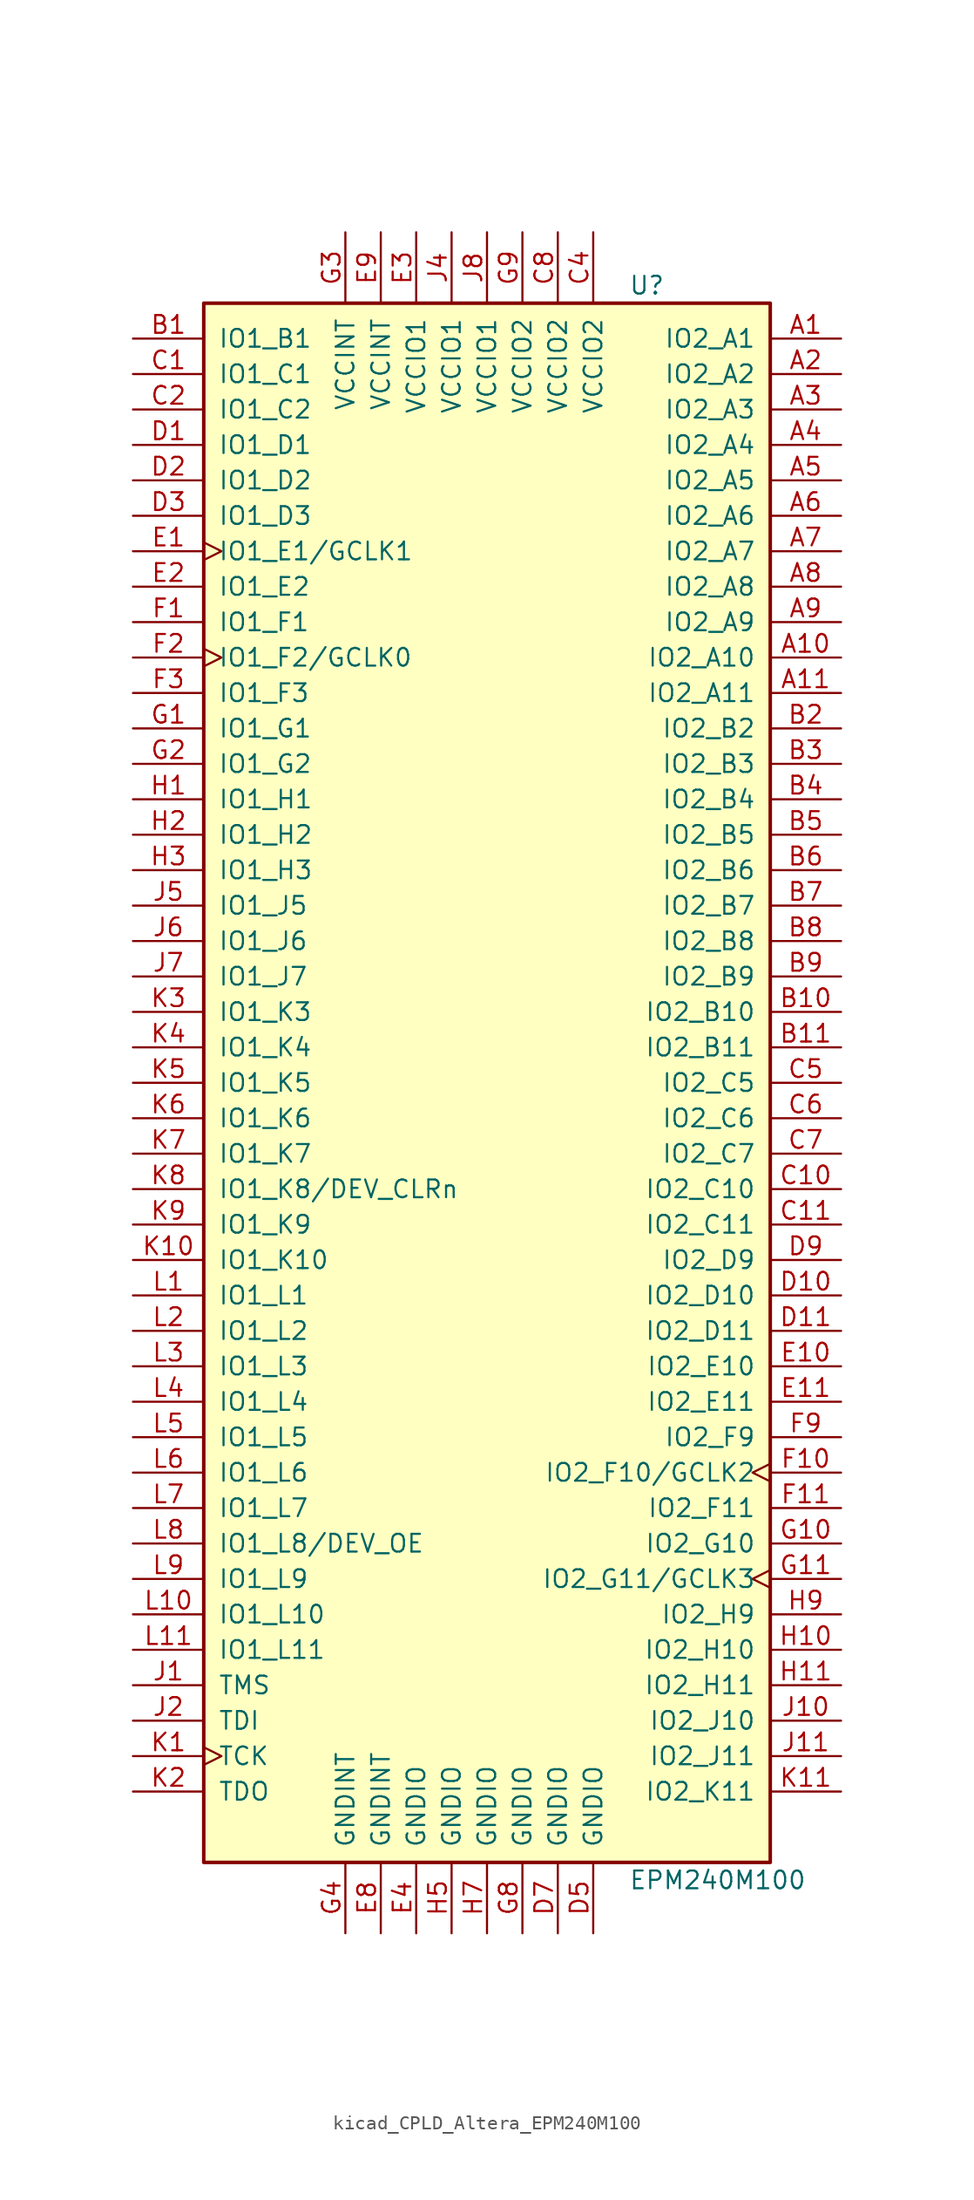
<source format=kicad_sym>
(kicad_symbol_lib
  (version 20220914)
  (generator kicad_symbol_editor)
  (symbol "kicad_CPLD_Altera_EPM240M100"
    (pin_names
      (offset 1.016))
    (property "Reference" "U"
      (at 10.16 57.15 0)
      (effects (font (size 1.27 1.27)) (justify left)))
    (property "Value" "EPM240M100"
      (at 10.16 -57.15 0)
      (effects (font (size 1.27 1.27)) (justify left)))
    (property "ki_locked" ""
      (at 0 0 0)
      (effects (font (size 1.27 1.27))))
    (symbol "kicad_CPLD_Altera_EPM240M100_1_1"
      (rectangle (start -20.32 55.88) (end 20.32 -55.88) (stroke (width 0.254) (type default)) (fill (type background)))
      (pin bidirectional line (at 25.4 53.34 180) (length 5.08) (name "IO2_A1" (effects (font (size 1.27 1.27)))) (number "A1" (effects (font (size 1.27 1.27)))))
      (pin bidirectional line (at 25.4 30.48 180) (length 5.08) (name "IO2_A10" (effects (font (size 1.27 1.27)))) (number "A10" (effects (font (size 1.27 1.27)))))
      (pin bidirectional line (at 25.4 27.94 180) (length 5.08) (name "IO2_A11" (effects (font (size 1.27 1.27)))) (number "A11" (effects (font (size 1.27 1.27)))))
      (pin bidirectional line (at 25.4 50.8 180) (length 5.08) (name "IO2_A2" (effects (font (size 1.27 1.27)))) (number "A2" (effects (font (size 1.27 1.27)))))
      (pin bidirectional line (at 25.4 48.26 180) (length 5.08) (name "IO2_A3" (effects (font (size 1.27 1.27)))) (number "A3" (effects (font (size 1.27 1.27)))))
      (pin bidirectional line (at 25.4 45.72 180) (length 5.08) (name "IO2_A4" (effects (font (size 1.27 1.27)))) (number "A4" (effects (font (size 1.27 1.27)))))
      (pin bidirectional line (at 25.4 43.18 180) (length 5.08) (name "IO2_A5" (effects (font (size 1.27 1.27)))) (number "A5" (effects (font (size 1.27 1.27)))))
      (pin bidirectional line (at 25.4 40.64 180) (length 5.08) (name "IO2_A6" (effects (font (size 1.27 1.27)))) (number "A6" (effects (font (size 1.27 1.27)))))
      (pin bidirectional line (at 25.4 38.1 180) (length 5.08) (name "IO2_A7" (effects (font (size 1.27 1.27)))) (number "A7" (effects (font (size 1.27 1.27)))))
      (pin bidirectional line (at 25.4 35.56 180) (length 5.08) (name "IO2_A8" (effects (font (size 1.27 1.27)))) (number "A8" (effects (font (size 1.27 1.27)))))
      (pin bidirectional line (at 25.4 33.02 180) (length 5.08) (name "IO2_A9" (effects (font (size 1.27 1.27)))) (number "A9" (effects (font (size 1.27 1.27)))))
      (pin bidirectional line (at -25.4 53.34 0) (length 5.08) (name "IO1_B1" (effects (font (size 1.27 1.27)))) (number "B1" (effects (font (size 1.27 1.27)))))
      (pin bidirectional line (at 25.4 5.08 180) (length 5.08) (name "IO2_B10" (effects (font (size 1.27 1.27)))) (number "B10" (effects (font (size 1.27 1.27)))))
      (pin bidirectional line (at 25.4 2.54 180) (length 5.08) (name "IO2_B11" (effects (font (size 1.27 1.27)))) (number "B11" (effects (font (size 1.27 1.27)))))
      (pin bidirectional line (at 25.4 25.4 180) (length 5.08) (name "IO2_B2" (effects (font (size 1.27 1.27)))) (number "B2" (effects (font (size 1.27 1.27)))))
      (pin bidirectional line (at 25.4 22.86 180) (length 5.08) (name "IO2_B3" (effects (font (size 1.27 1.27)))) (number "B3" (effects (font (size 1.27 1.27)))))
      (pin bidirectional line (at 25.4 20.32 180) (length 5.08) (name "IO2_B4" (effects (font (size 1.27 1.27)))) (number "B4" (effects (font (size 1.27 1.27)))))
      (pin bidirectional line (at 25.4 17.78 180) (length 5.08) (name "IO2_B5" (effects (font (size 1.27 1.27)))) (number "B5" (effects (font (size 1.27 1.27)))))
      (pin bidirectional line (at 25.4 15.24 180) (length 5.08) (name "IO2_B6" (effects (font (size 1.27 1.27)))) (number "B6" (effects (font (size 1.27 1.27)))))
      (pin bidirectional line (at 25.4 12.7 180) (length 5.08) (name "IO2_B7" (effects (font (size 1.27 1.27)))) (number "B7" (effects (font (size 1.27 1.27)))))
      (pin bidirectional line (at 25.4 10.16 180) (length 5.08) (name "IO2_B8" (effects (font (size 1.27 1.27)))) (number "B8" (effects (font (size 1.27 1.27)))))
      (pin bidirectional line (at 25.4 7.62 180) (length 5.08) (name "IO2_B9" (effects (font (size 1.27 1.27)))) (number "B9" (effects (font (size 1.27 1.27)))))
      (pin bidirectional line (at -25.4 50.8 0) (length 5.08) (name "IO1_C1" (effects (font (size 1.27 1.27)))) (number "C1" (effects (font (size 1.27 1.27)))))
      (pin bidirectional line (at 25.4 -7.62 180) (length 5.08) (name "IO2_C10" (effects (font (size 1.27 1.27)))) (number "C10" (effects (font (size 1.27 1.27)))))
      (pin bidirectional line (at 25.4 -10.16 180) (length 5.08) (name "IO2_C11" (effects (font (size 1.27 1.27)))) (number "C11" (effects (font (size 1.27 1.27)))))
      (pin bidirectional line (at -25.4 48.26 0) (length 5.08) (name "IO1_C2" (effects (font (size 1.27 1.27)))) (number "C2" (effects (font (size 1.27 1.27)))))
      (pin power_in line (at 7.62 60.96 270) (length 5.08) (name "VCCIO2" (effects (font (size 1.27 1.27)))) (number "C4" (effects (font (size 1.27 1.27)))))
      (pin bidirectional line (at 25.4 0 180) (length 5.08) (name "IO2_C5" (effects (font (size 1.27 1.27)))) (number "C5" (effects (font (size 1.27 1.27)))))
      (pin bidirectional line (at 25.4 -2.54 180) (length 5.08) (name "IO2_C6" (effects (font (size 1.27 1.27)))) (number "C6" (effects (font (size 1.27 1.27)))))
      (pin bidirectional line (at 25.4 -5.08 180) (length 5.08) (name "IO2_C7" (effects (font (size 1.27 1.27)))) (number "C7" (effects (font (size 1.27 1.27)))))
      (pin power_in line (at 5.08 60.96 270) (length 5.08) (name "VCCIO2" (effects (font (size 1.27 1.27)))) (number "C8" (effects (font (size 1.27 1.27)))))
      (pin bidirectional line (at -25.4 45.72 0) (length 5.08) (name "IO1_D1" (effects (font (size 1.27 1.27)))) (number "D1" (effects (font (size 1.27 1.27)))))
      (pin bidirectional line (at 25.4 -15.24 180) (length 5.08) (name "IO2_D10" (effects (font (size 1.27 1.27)))) (number "D10" (effects (font (size 1.27 1.27)))))
      (pin bidirectional line (at 25.4 -17.78 180) (length 5.08) (name "IO2_D11" (effects (font (size 1.27 1.27)))) (number "D11" (effects (font (size 1.27 1.27)))))
      (pin bidirectional line (at -25.4 43.18 0) (length 5.08) (name "IO1_D2" (effects (font (size 1.27 1.27)))) (number "D2" (effects (font (size 1.27 1.27)))))
      (pin bidirectional line (at -25.4 40.64 0) (length 5.08) (name "IO1_D3" (effects (font (size 1.27 1.27)))) (number "D3" (effects (font (size 1.27 1.27)))))
      (pin power_in line (at 7.62 -60.96 90) (length 5.08) (name "GNDIO" (effects (font (size 1.27 1.27)))) (number "D5" (effects (font (size 1.27 1.27)))))
      (pin power_in line (at 5.08 -60.96 90) (length 5.08) (name "GNDIO" (effects (font (size 1.27 1.27)))) (number "D7" (effects (font (size 1.27 1.27)))))
      (pin bidirectional line (at 25.4 -12.7 180) (length 5.08) (name "IO2_D9" (effects (font (size 1.27 1.27)))) (number "D9" (effects (font (size 1.27 1.27)))))
      (pin bidirectional clock (at -25.4 38.1 0) (length 5.08) (name "IO1_E1/GCLK1" (effects (font (size 1.27 1.27)))) (number "E1" (effects (font (size 1.27 1.27)))))
      (pin bidirectional line (at 25.4 -20.32 180) (length 5.08) (name "IO2_E10" (effects (font (size 1.27 1.27)))) (number "E10" (effects (font (size 1.27 1.27)))))
      (pin bidirectional line (at 25.4 -22.86 180) (length 5.08) (name "IO2_E11" (effects (font (size 1.27 1.27)))) (number "E11" (effects (font (size 1.27 1.27)))))
      (pin bidirectional line (at -25.4 35.56 0) (length 5.08) (name "IO1_E2" (effects (font (size 1.27 1.27)))) (number "E2" (effects (font (size 1.27 1.27)))))
      (pin power_in line (at -5.08 60.96 270) (length 5.08) (name "VCCIO1" (effects (font (size 1.27 1.27)))) (number "E3" (effects (font (size 1.27 1.27)))))
      (pin power_in line (at -5.08 -60.96 90) (length 5.08) (name "GNDIO" (effects (font (size 1.27 1.27)))) (number "E4" (effects (font (size 1.27 1.27)))))
      (pin power_in line (at -7.62 -60.96 90) (length 5.08) (name "GNDINT" (effects (font (size 1.27 1.27)))) (number "E8" (effects (font (size 1.27 1.27)))))
      (pin power_in line (at -7.62 60.96 270) (length 5.08) (name "VCCINT" (effects (font (size 1.27 1.27)))) (number "E9" (effects (font (size 1.27 1.27)))))
      (pin bidirectional line (at -25.4 33.02 0) (length 5.08) (name "IO1_F1" (effects (font (size 1.27 1.27)))) (number "F1" (effects (font (size 1.27 1.27)))))
      (pin bidirectional clock (at 25.4 -27.94 180) (length 5.08) (name "IO2_F10/GCLK2" (effects (font (size 1.27 1.27)))) (number "F10" (effects (font (size 1.27 1.27)))))
      (pin bidirectional line (at 25.4 -30.48 180) (length 5.08) (name "IO2_F11" (effects (font (size 1.27 1.27)))) (number "F11" (effects (font (size 1.27 1.27)))))
      (pin bidirectional clock (at -25.4 30.48 0) (length 5.08) (name "IO1_F2/GCLK0" (effects (font (size 1.27 1.27)))) (number "F2" (effects (font (size 1.27 1.27)))))
      (pin bidirectional line (at -25.4 27.94 0) (length 5.08) (name "IO1_F3" (effects (font (size 1.27 1.27)))) (number "F3" (effects (font (size 1.27 1.27)))))
      (pin bidirectional line (at 25.4 -25.4 180) (length 5.08) (name "IO2_F9" (effects (font (size 1.27 1.27)))) (number "F9" (effects (font (size 1.27 1.27)))))
      (pin bidirectional line (at -25.4 25.4 0) (length 5.08) (name "IO1_G1" (effects (font (size 1.27 1.27)))) (number "G1" (effects (font (size 1.27 1.27)))))
      (pin bidirectional line (at 25.4 -33.02 180) (length 5.08) (name "IO2_G10" (effects (font (size 1.27 1.27)))) (number "G10" (effects (font (size 1.27 1.27)))))
      (pin bidirectional clock (at 25.4 -35.56 180) (length 5.08) (name "IO2_G11/GCLK3" (effects (font (size 1.27 1.27)))) (number "G11" (effects (font (size 1.27 1.27)))))
      (pin bidirectional line (at -25.4 22.86 0) (length 5.08) (name "IO1_G2" (effects (font (size 1.27 1.27)))) (number "G2" (effects (font (size 1.27 1.27)))))
      (pin power_in line (at -10.16 60.96 270) (length 5.08) (name "VCCINT" (effects (font (size 1.27 1.27)))) (number "G3" (effects (font (size 1.27 1.27)))))
      (pin power_in line (at -10.16 -60.96 90) (length 5.08) (name "GNDINT" (effects (font (size 1.27 1.27)))) (number "G4" (effects (font (size 1.27 1.27)))))
      (pin power_in line (at 2.54 -60.96 90) (length 5.08) (name "GNDIO" (effects (font (size 1.27 1.27)))) (number "G8" (effects (font (size 1.27 1.27)))))
      (pin power_in line (at 2.54 60.96 270) (length 5.08) (name "VCCIO2" (effects (font (size 1.27 1.27)))) (number "G9" (effects (font (size 1.27 1.27)))))
      (pin bidirectional line (at -25.4 20.32 0) (length 5.08) (name "IO1_H1" (effects (font (size 1.27 1.27)))) (number "H1" (effects (font (size 1.27 1.27)))))
      (pin bidirectional line (at 25.4 -40.64 180) (length 5.08) (name "IO2_H10" (effects (font (size 1.27 1.27)))) (number "H10" (effects (font (size 1.27 1.27)))))
      (pin bidirectional line (at 25.4 -43.18 180) (length 5.08) (name "IO2_H11" (effects (font (size 1.27 1.27)))) (number "H11" (effects (font (size 1.27 1.27)))))
      (pin bidirectional line (at -25.4 17.78 0) (length 5.08) (name "IO1_H2" (effects (font (size 1.27 1.27)))) (number "H2" (effects (font (size 1.27 1.27)))))
      (pin bidirectional line (at -25.4 15.24 0) (length 5.08) (name "IO1_H3" (effects (font (size 1.27 1.27)))) (number "H3" (effects (font (size 1.27 1.27)))))
      (pin power_in line (at -2.54 -60.96 90) (length 5.08) (name "GNDIO" (effects (font (size 1.27 1.27)))) (number "H5" (effects (font (size 1.27 1.27)))))
      (pin power_in line (at 0 -60.96 90) (length 5.08) (name "GNDIO" (effects (font (size 1.27 1.27)))) (number "H7" (effects (font (size 1.27 1.27)))))
      (pin bidirectional line (at 25.4 -38.1 180) (length 5.08) (name "IO2_H9" (effects (font (size 1.27 1.27)))) (number "H9" (effects (font (size 1.27 1.27)))))
      (pin input line (at -25.4 -43.18 0) (length 5.08) (name "TMS" (effects (font (size 1.27 1.27)))) (number "J1" (effects (font (size 1.27 1.27)))))
      (pin bidirectional line (at 25.4 -45.72 180) (length 5.08) (name "IO2_J10" (effects (font (size 1.27 1.27)))) (number "J10" (effects (font (size 1.27 1.27)))))
      (pin bidirectional line (at 25.4 -48.26 180) (length 5.08) (name "IO2_J11" (effects (font (size 1.27 1.27)))) (number "J11" (effects (font (size 1.27 1.27)))))
      (pin input line (at -25.4 -45.72 0) (length 5.08) (name "TDI" (effects (font (size 1.27 1.27)))) (number "J2" (effects (font (size 1.27 1.27)))))
      (pin power_in line (at -2.54 60.96 270) (length 5.08) (name "VCCIO1" (effects (font (size 1.27 1.27)))) (number "J4" (effects (font (size 1.27 1.27)))))
      (pin bidirectional line (at -25.4 12.7 0) (length 5.08) (name "IO1_J5" (effects (font (size 1.27 1.27)))) (number "J5" (effects (font (size 1.27 1.27)))))
      (pin bidirectional line (at -25.4 10.16 0) (length 5.08) (name "IO1_J6" (effects (font (size 1.27 1.27)))) (number "J6" (effects (font (size 1.27 1.27)))))
      (pin bidirectional line (at -25.4 7.62 0) (length 5.08) (name "IO1_J7" (effects (font (size 1.27 1.27)))) (number "J7" (effects (font (size 1.27 1.27)))))
      (pin power_in line (at 0 60.96 270) (length 5.08) (name "VCCIO1" (effects (font (size 1.27 1.27)))) (number "J8" (effects (font (size 1.27 1.27)))))
      (pin input clock (at -25.4 -48.26 0) (length 5.08) (name "TCK" (effects (font (size 1.27 1.27)))) (number "K1" (effects (font (size 1.27 1.27)))))
      (pin bidirectional line (at -25.4 -12.7 0) (length 5.08) (name "IO1_K10" (effects (font (size 1.27 1.27)))) (number "K10" (effects (font (size 1.27 1.27)))))
      (pin bidirectional line (at 25.4 -50.8 180) (length 5.08) (name "IO2_K11" (effects (font (size 1.27 1.27)))) (number "K11" (effects (font (size 1.27 1.27)))))
      (pin output line (at -25.4 -50.8 0) (length 5.08) (name "TDO" (effects (font (size 1.27 1.27)))) (number "K2" (effects (font (size 1.27 1.27)))))
      (pin bidirectional line (at -25.4 5.08 0) (length 5.08) (name "IO1_K3" (effects (font (size 1.27 1.27)))) (number "K3" (effects (font (size 1.27 1.27)))))
      (pin bidirectional line (at -25.4 2.54 0) (length 5.08) (name "IO1_K4" (effects (font (size 1.27 1.27)))) (number "K4" (effects (font (size 1.27 1.27)))))
      (pin bidirectional line (at -25.4 0 0) (length 5.08) (name "IO1_K5" (effects (font (size 1.27 1.27)))) (number "K5" (effects (font (size 1.27 1.27)))))
      (pin bidirectional line (at -25.4 -2.54 0) (length 5.08) (name "IO1_K6" (effects (font (size 1.27 1.27)))) (number "K6" (effects (font (size 1.27 1.27)))))
      (pin bidirectional line (at -25.4 -5.08 0) (length 5.08) (name "IO1_K7" (effects (font (size 1.27 1.27)))) (number "K7" (effects (font (size 1.27 1.27)))))
      (pin bidirectional line (at -25.4 -7.62 0) (length 5.08) (name "IO1_K8/DEV_CLRn" (effects (font (size 1.27 1.27)))) (number "K8" (effects (font (size 1.27 1.27)))))
      (pin bidirectional line (at -25.4 -10.16 0) (length 5.08) (name "IO1_K9" (effects (font (size 1.27 1.27)))) (number "K9" (effects (font (size 1.27 1.27)))))
      (pin bidirectional line (at -25.4 -15.24 0) (length 5.08) (name "IO1_L1" (effects (font (size 1.27 1.27)))) (number "L1" (effects (font (size 1.27 1.27)))))
      (pin bidirectional line (at -25.4 -38.1 0) (length 5.08) (name "IO1_L10" (effects (font (size 1.27 1.27)))) (number "L10" (effects (font (size 1.27 1.27)))))
      (pin bidirectional line (at -25.4 -40.64 0) (length 5.08) (name "IO1_L11" (effects (font (size 1.27 1.27)))) (number "L11" (effects (font (size 1.27 1.27)))))
      (pin bidirectional line (at -25.4 -17.78 0) (length 5.08) (name "IO1_L2" (effects (font (size 1.27 1.27)))) (number "L2" (effects (font (size 1.27 1.27)))))
      (pin bidirectional line (at -25.4 -20.32 0) (length 5.08) (name "IO1_L3" (effects (font (size 1.27 1.27)))) (number "L3" (effects (font (size 1.27 1.27)))))
      (pin bidirectional line (at -25.4 -22.86 0) (length 5.08) (name "IO1_L4" (effects (font (size 1.27 1.27)))) (number "L4" (effects (font (size 1.27 1.27)))))
      (pin bidirectional line (at -25.4 -25.4 0) (length 5.08) (name "IO1_L5" (effects (font (size 1.27 1.27)))) (number "L5" (effects (font (size 1.27 1.27)))))
      (pin bidirectional line (at -25.4 -27.94 0) (length 5.08) (name "IO1_L6" (effects (font (size 1.27 1.27)))) (number "L6" (effects (font (size 1.27 1.27)))))
      (pin bidirectional line (at -25.4 -30.48 0) (length 5.08) (name "IO1_L7" (effects (font (size 1.27 1.27)))) (number "L7" (effects (font (size 1.27 1.27)))))
      (pin bidirectional line (at -25.4 -33.02 0) (length 5.08) (name "IO1_L8/DEV_OE" (effects (font (size 1.27 1.27)))) (number "L8" (effects (font (size 1.27 1.27)))))
      (pin bidirectional line (at -25.4 -35.56 0) (length 5.08) (name "IO1_L9" (effects (font (size 1.27 1.27)))) (number "L9" (effects (font (size 1.27 1.27))))))))
</source>
